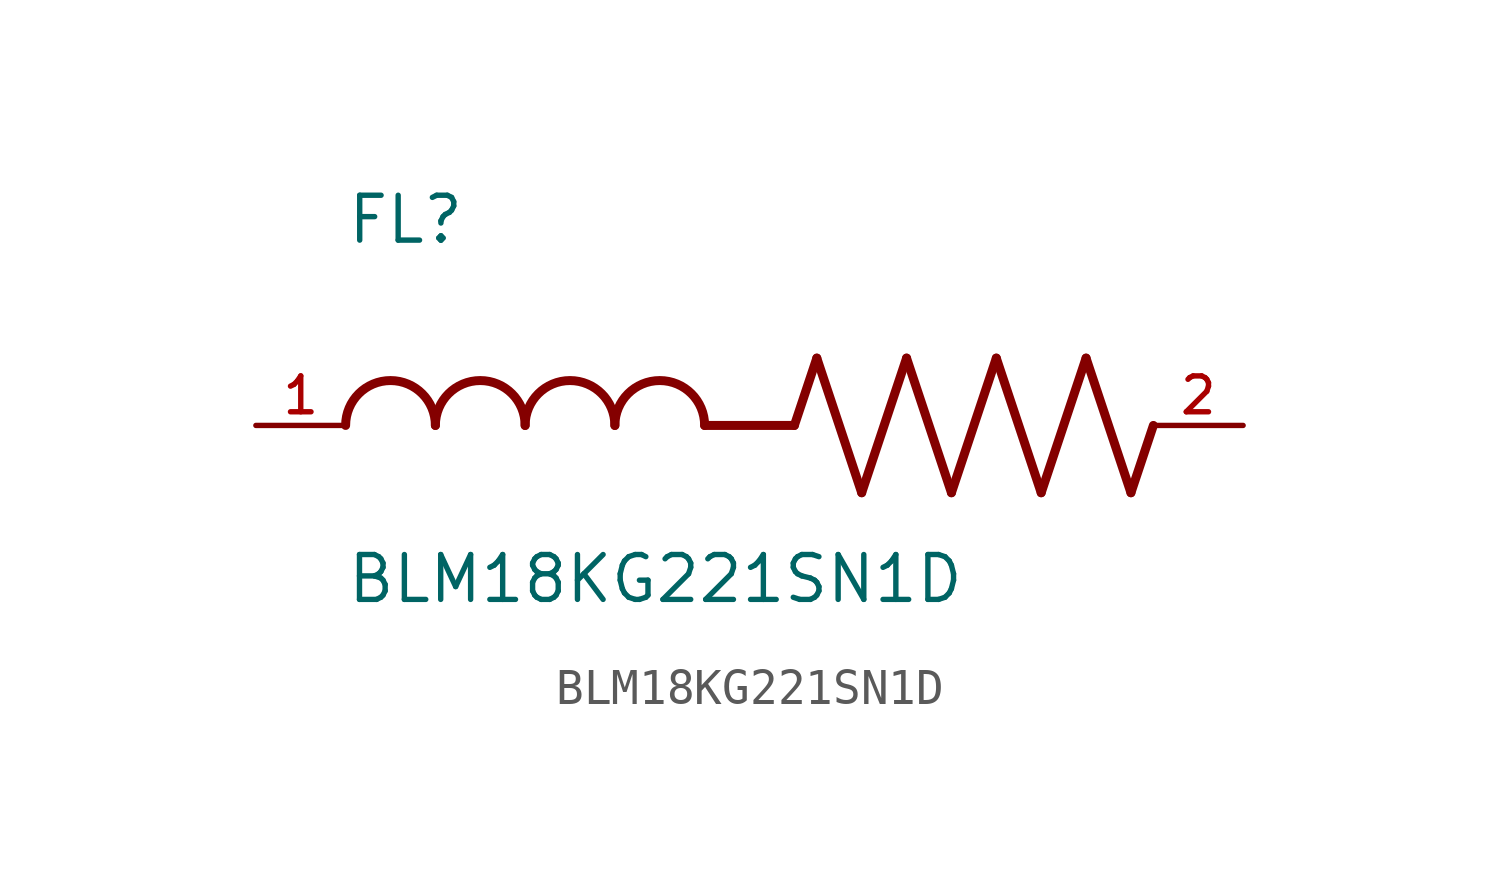
<source format=kicad_sym>
(kicad_symbol_lib
  (version 20211014)
  (generator kicad_symbol_editor)
  (symbol "BLM18KG221SN1D"
    (pin_names
      (offset 1.016))
    (property "Reference" "FL"
      (at -12.704 5.081 0)
      (effects (font (size 1.27 1.27)) (justify bottom left)))
    (property "Value" "BLM18KG221SN1D"
      (at -12.71 -5.087 0)
      (effects (font (size 1.27 1.27)) (justify bottom left)))
    (symbol "BLM18KG221SN1D_0_0"
      (polyline (pts (xy 0.0 0.0) (xy 0.635 1.905)) (stroke (width 0.254)))
      (polyline (pts (xy 0.635 1.905) (xy 1.905 -1.905)) (stroke (width 0.254)))
      (polyline (pts (xy 1.905 -1.905) (xy 3.175 1.905)) (stroke (width 0.254)))
      (polyline (pts (xy 3.175 1.905) (xy 4.445 -1.905)) (stroke (width 0.254)))
      (polyline (pts (xy 4.445 -1.905) (xy 5.715 1.905)) (stroke (width 0.254)))
      (polyline (pts (xy 5.715 1.905) (xy 6.985 -1.905)) (stroke (width 0.254)))
      (polyline (pts (xy 6.985 -1.905) (xy 8.255 1.905)) (stroke (width 0.254)))
      (polyline (pts (xy 8.255 1.905) (xy 9.525 -1.905)) (stroke (width 0.254)))
      (polyline (pts (xy 9.525 -1.905) (xy 10.16 0.0)) (stroke (width 0.254)))
      (arc (start -10.16 0.0) (mid -11.43 1.27) (end -12.7 0.0) (stroke (width 0.254) (type default) (color 0 0 0 0)) (fill (type none)))
      (arc (start -7.62 0.0) (mid -8.89 1.27) (end -10.16 0.0) (stroke (width 0.254) (type default) (color 0 0 0 0)) (fill (type none)))
      (arc (start -5.08 0.0) (mid -6.35 1.27) (end -7.62 0.0) (stroke (width 0.254) (type default) (color 0 0 0 0)) (fill (type none)))
      (arc (start -2.54 0.0) (mid -3.81 1.27) (end -5.08 0.0) (stroke (width 0.254) (type default) (color 0 0 0 0)) (fill (type none)))
      (polyline (pts (xy 0.0 0.0) (xy -2.54 0.0)) (stroke (width 0.254)))
      (pin passive line (at 12.7 0.0 180.0) (length 2.54) (name "~" (effects (font (size 1.016 1.016)))) (number "2" (effects (font (size 1.016 1.016)))))
      (pin passive line (at -15.24 0.0 0) (length 2.54) (name "~" (effects (font (size 1.016 1.016)))) (number "1" (effects (font (size 1.016 1.016))))))))
</source>
